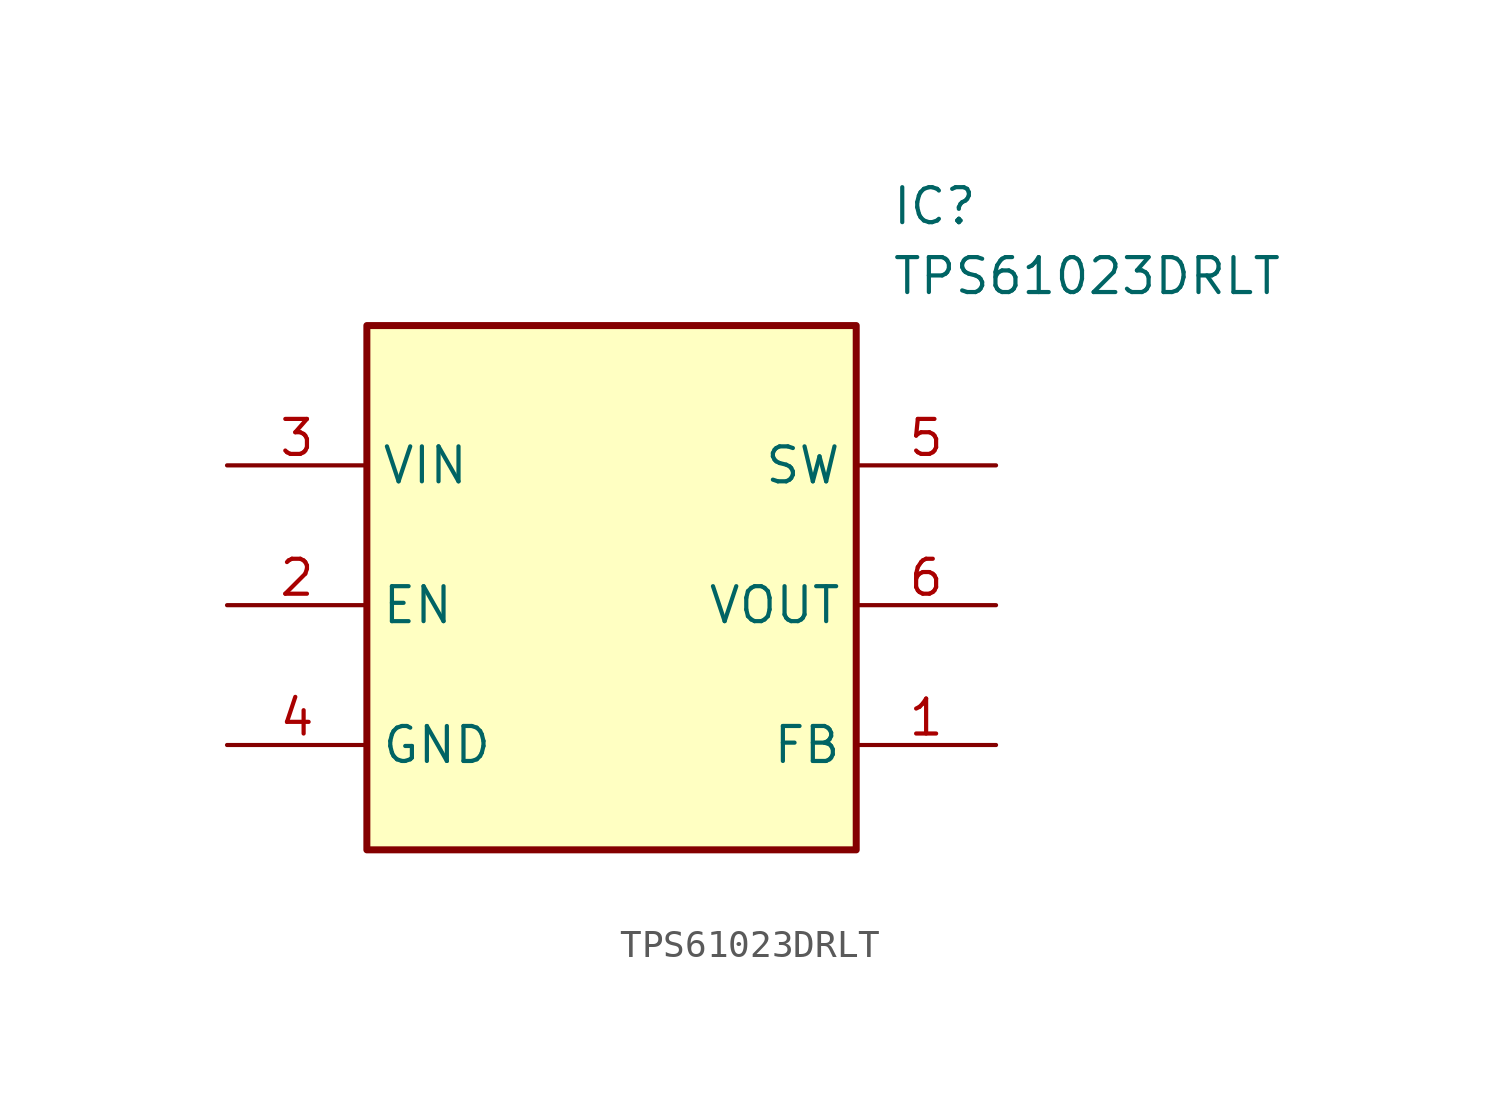
<source format=kicad_sym>
(kicad_symbol_lib
  (version 20231120)
  (generator "kicad_symbol_editor")
  (generator_version "8.0")
  (symbol "TPS61023DRLT"
    (property "Reference" "IC"
      (at 24.13 7.62 0)
      (effects (font (size 1.27 1.27)) (justify left top)))
    (property "Value" "TPS61023DRLT"
      (at 24.13 5.08 0)
      (effects (font (size 1.27 1.27)) (justify left top)))
    (symbol "TPS61023DRLT_1_1"
      (rectangle (start 5.08 2.54) (end 22.86 -16.51) (stroke (width 0.254) (type default)) (fill (type background)))
      (pin passive line (at 27.94 -12.7 180) (length 5.08) (name "FB" (effects (font (size 1.27 1.27)))) (number "1" (effects (font (size 1.27 1.27)))))
      (pin passive line (at 0 -7.62 0) (length 5.08) (name "EN" (effects (font (size 1.27 1.27)))) (number "2" (effects (font (size 1.27 1.27)))))
      (pin passive line (at 0 -2.54 0) (length 5.08) (name "VIN" (effects (font (size 1.27 1.27)))) (number "3" (effects (font (size 1.27 1.27)))))
      (pin passive line (at 0 -12.7 0) (length 5.08) (name "GND" (effects (font (size 1.27 1.27)))) (number "4" (effects (font (size 1.27 1.27)))))
      (pin passive line (at 27.94 -2.54 180) (length 5.08) (name "SW" (effects (font (size 1.27 1.27)))) (number "5" (effects (font (size 1.27 1.27)))))
      (pin passive line (at 27.94 -7.62 180) (length 5.08) (name "VOUT" (effects (font (size 1.27 1.27)))) (number "6" (effects (font (size 1.27 1.27))))))))
</source>
